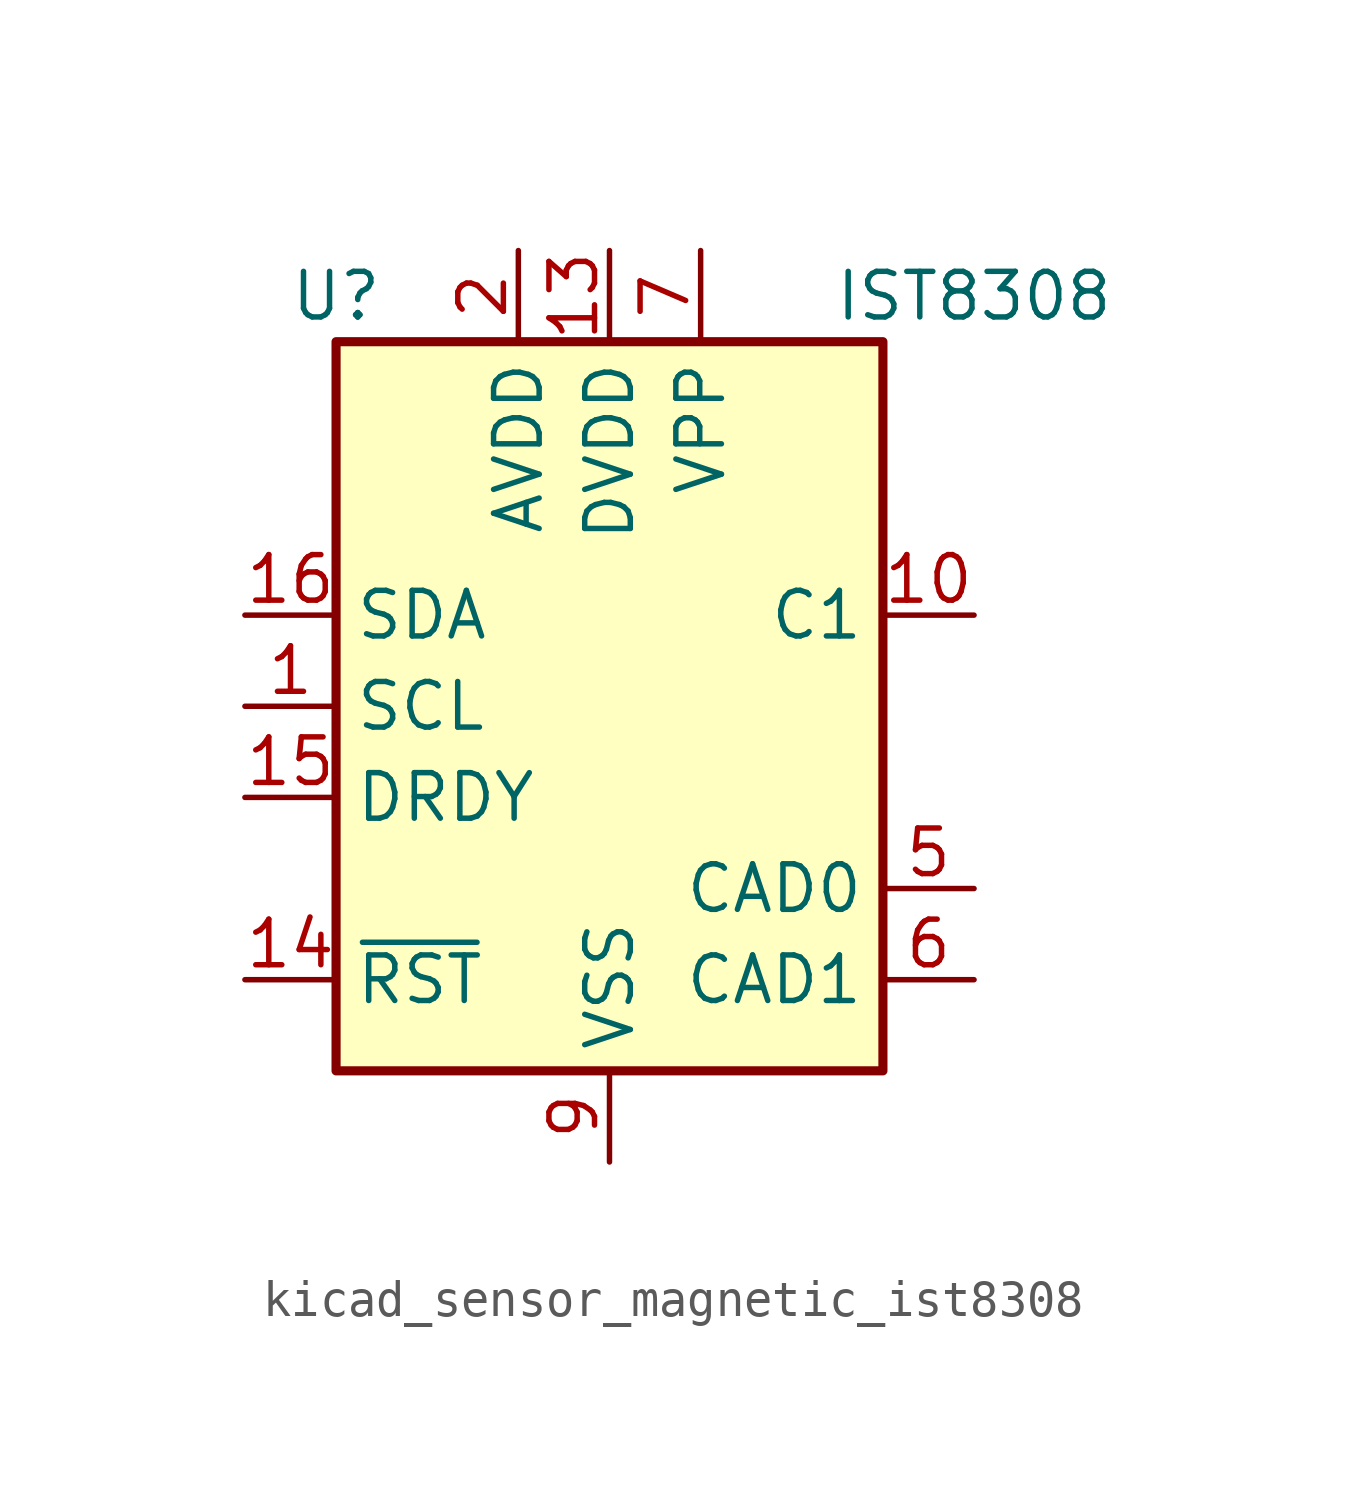
<source format=kicad_sym>
(kicad_symbol_lib
  (version 20220914)
  (generator kicad_symbol_editor)
  (symbol "kicad_sensor_magnetic_ist8308"
    (property "Reference" "U"
      (at -7.62 11.43 0)
      (effects (font (size 1.27 1.27))))
    (property "Value" "IST8308"
      (at 10.16 11.43 0)
      (effects (font (size 1.27 1.27))))
    (symbol "kicad_sensor_magnetic_ist8308_0_1"
      (rectangle (start -7.62 10.16) (end 7.62 -10.16) (stroke (width 0.254) (type default)) (fill (type background))))
    (symbol "kicad_sensor_magnetic_ist8308_1_1"
      (pin input line (at -10.16 0 0) (length 2.54) (name "SCL" (effects (font (size 1.27 1.27)))) (number "1" (effects (font (size 1.27 1.27)))))
      (pin passive line (at 10.16 2.54 180) (length 2.54) (name "C1" (effects (font (size 1.27 1.27)))) (number "10" (effects (font (size 1.27 1.27)))))
      (pin passive line (at 0 -12.7 90) (length 2.54) hide (name "VSS" (effects (font (size 1.27 1.27)))) (number "11" (effects (font (size 1.27 1.27)))))
      (pin no_connect line (at 7.62 7.62 180) (length 2.54) hide (name "NC" (effects (font (size 1.27 1.27)))) (number "12" (effects (font (size 1.27 1.27)))))
      (pin power_in line (at 0 12.7 270) (length 2.54) (name "DVDD" (effects (font (size 1.27 1.27)))) (number "13" (effects (font (size 1.27 1.27)))))
      (pin input line (at -10.16 -7.62 0) (length 2.54) (name "~{RST}" (effects (font (size 1.27 1.27)))) (number "14" (effects (font (size 1.27 1.27)))))
      (pin output line (at -10.16 -2.54 0) (length 2.54) (name "DRDY" (effects (font (size 1.27 1.27)))) (number "15" (effects (font (size 1.27 1.27)))))
      (pin bidirectional line (at -10.16 2.54 0) (length 2.54) (name "SDA" (effects (font (size 1.27 1.27)))) (number "16" (effects (font (size 1.27 1.27)))))
      (pin power_in line (at -2.54 12.7 270) (length 2.54) (name "AVDD" (effects (font (size 1.27 1.27)))) (number "2" (effects (font (size 1.27 1.27)))))
      (pin no_connect line (at -7.62 7.62 0) (length 2.54) hide (name "NC" (effects (font (size 1.27 1.27)))) (number "3" (effects (font (size 1.27 1.27)))))
      (pin no_connect line (at -7.62 5.08 0) (length 2.54) hide (name "NC" (effects (font (size 1.27 1.27)))) (number "4" (effects (font (size 1.27 1.27)))))
      (pin input line (at 10.16 -5.08 180) (length 2.54) (name "CAD0" (effects (font (size 1.27 1.27)))) (number "5" (effects (font (size 1.27 1.27)))))
      (pin input line (at 10.16 -7.62 180) (length 2.54) (name "CAD1" (effects (font (size 1.27 1.27)))) (number "6" (effects (font (size 1.27 1.27)))))
      (pin passive line (at 2.54 12.7 270) (length 2.54) (name "VPP" (effects (font (size 1.27 1.27)))) (number "7" (effects (font (size 1.27 1.27)))))
      (pin no_connect line (at 7.62 5.08 180) (length 2.54) hide (name "NC" (effects (font (size 1.27 1.27)))) (number "8" (effects (font (size 1.27 1.27)))))
      (pin power_in line (at 0 -12.7 90) (length 2.54) (name "VSS" (effects (font (size 1.27 1.27)))) (number "9" (effects (font (size 1.27 1.27))))))))
</source>
